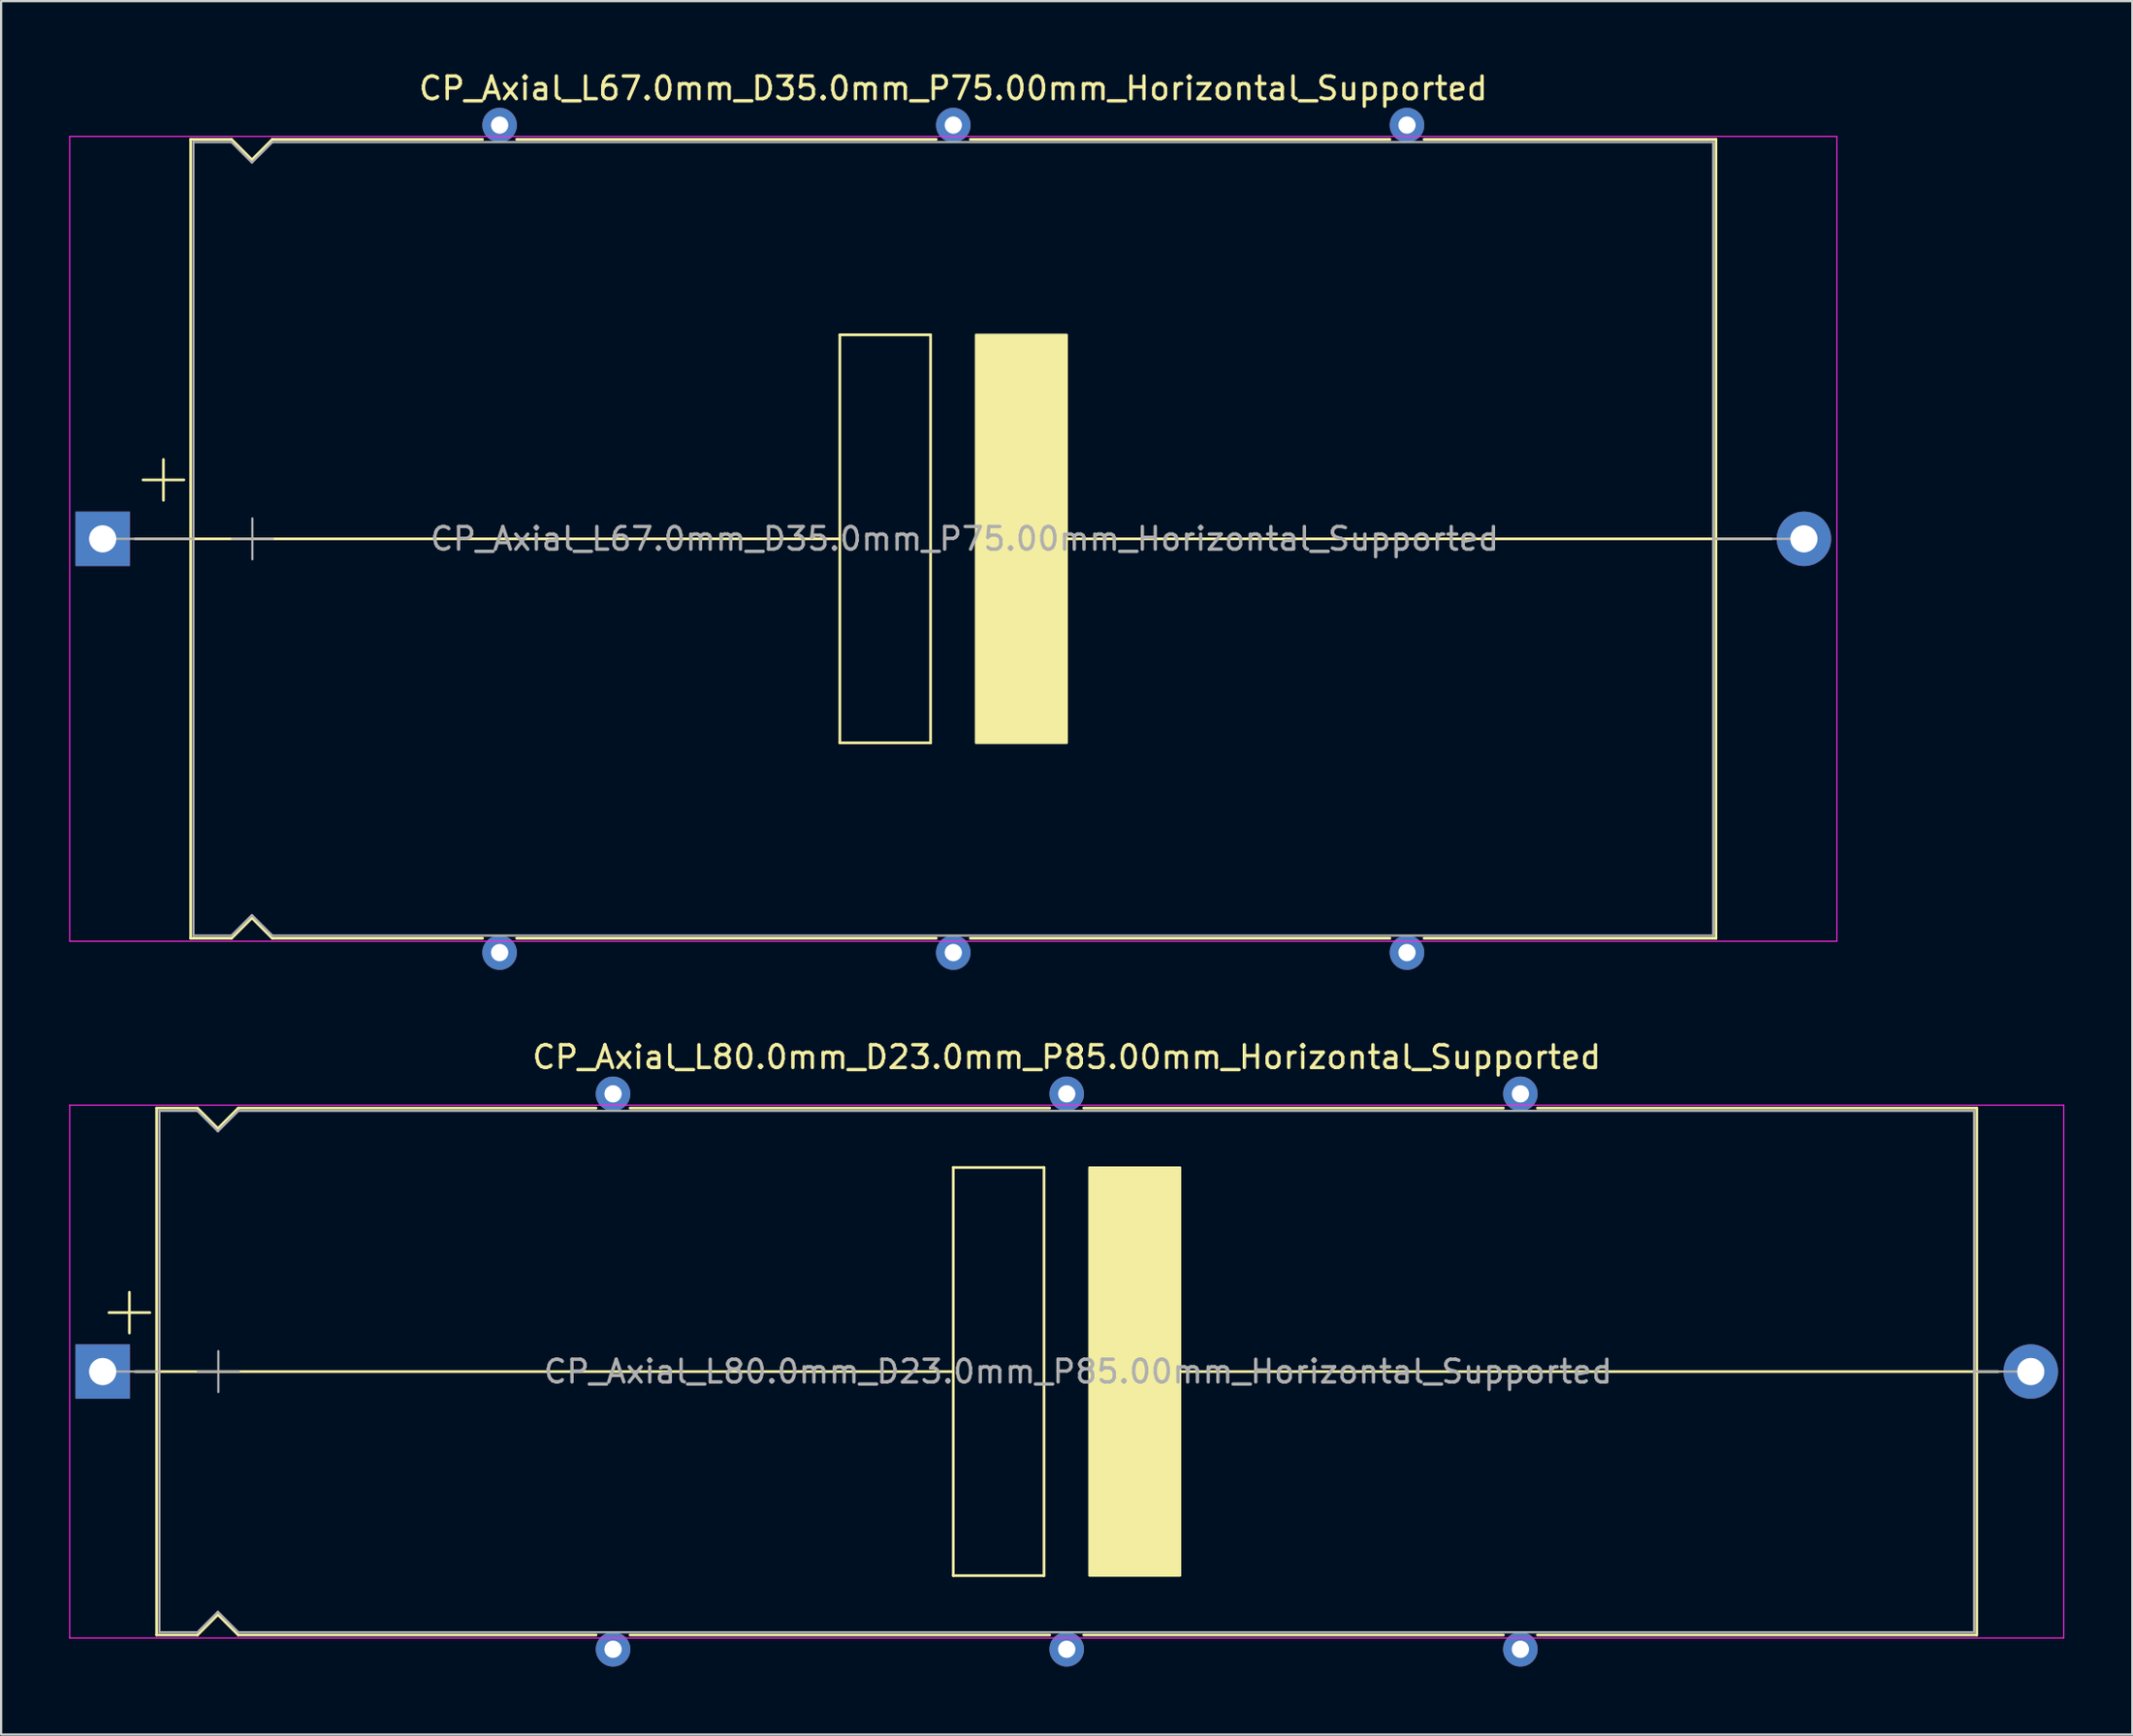
<source format=kicad_pcb>
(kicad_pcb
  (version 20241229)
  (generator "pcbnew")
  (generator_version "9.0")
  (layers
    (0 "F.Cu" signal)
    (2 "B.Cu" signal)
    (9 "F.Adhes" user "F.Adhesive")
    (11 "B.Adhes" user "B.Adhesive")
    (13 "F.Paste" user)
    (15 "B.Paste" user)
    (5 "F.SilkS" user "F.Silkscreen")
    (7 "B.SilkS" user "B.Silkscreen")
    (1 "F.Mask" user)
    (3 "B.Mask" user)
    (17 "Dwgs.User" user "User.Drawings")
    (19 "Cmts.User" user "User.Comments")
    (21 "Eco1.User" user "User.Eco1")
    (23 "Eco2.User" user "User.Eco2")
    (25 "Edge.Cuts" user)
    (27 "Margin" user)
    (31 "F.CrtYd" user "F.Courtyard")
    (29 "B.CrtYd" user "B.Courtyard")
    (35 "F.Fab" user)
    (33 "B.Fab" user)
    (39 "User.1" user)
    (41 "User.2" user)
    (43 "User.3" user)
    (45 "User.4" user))
  (footprint "CP_Axial_L67.0mm_D35.0mm_P75.00mm_Horizontal_Supported"
    (layer "F.Cu")
    (at 1.475 20.718)
    (property "Reference" "CP_Axial_L67.0mm_D35.0mm_P75.00mm_Horizontal_Supported" (at 37.5 -19.87 0) (layer "F.SilkS") (effects (font (size 1 1) (thickness 0.15))))
    (attr through_hole)
    (fp_line (start 1.44 0) (end 3.88 0) (stroke (width 0.12) (type solid)) (layer "F.SilkS"))
    (fp_line (start 1.78 -2.6) (end 3.58 -2.6) (stroke (width 0.12) (type solid)) (layer "F.SilkS"))
    (fp_line (start 2.68 -3.5) (end 2.68 -1.7) (stroke (width 0.12) (type solid)) (layer "F.SilkS"))
    (fp_line (start 3.88 -17.62) (end 3.88 17.62) (stroke (width 0.12) (type solid)) (layer "F.SilkS"))
    (fp_line (start 3.88 -17.62) (end 5.68 -17.62) (stroke (width 0.12) (type solid)) (layer "F.SilkS"))
    (fp_line (start 3.88 0) (end 32.5 0) (stroke (width 0.12) (type solid)) (layer "F.SilkS"))
    (fp_line (start 3.88 17.62) (end 5.68 17.62) (stroke (width 0.12) (type solid)) (layer "F.SilkS"))
    (fp_line (start 5.68 -17.62) (end 6.58 -16.72) (stroke (width 0.12) (type solid)) (layer "F.SilkS"))
    (fp_line (start 5.68 17.62) (end 6.58 16.72) (stroke (width 0.12) (type solid)) (layer "F.SilkS"))
    (fp_line (start 6.58 -16.72) (end 7.48 -17.62) (stroke (width 0.12) (type solid)) (layer "F.SilkS"))
    (fp_line (start 6.58 16.72) (end 7.48 17.62) (stroke (width 0.12) (type solid)) (layer "F.SilkS"))
    (fp_line (start 7.48 -17.62) (end 16.75 -17.62) (stroke (width 0.12) (type solid)) (layer "F.SilkS"))
    (fp_line (start 7.48 17.62) (end 16.75 17.62) (stroke (width 0.12) (type solid)) (layer "F.SilkS"))
    (fp_line (start 18.25 -17.62) (end 36.75 -17.62) (stroke (width 0.12) (type solid)) (layer "F.SilkS"))
    (fp_line (start 18.25 17.62) (end 36.75 17.62) (stroke (width 0.12) (type solid)) (layer "F.SilkS"))
    (fp_line (start 32.5 -9) (end 36.5 -9) (stroke (width 0.12) (type solid)) (layer "F.SilkS"))
    (fp_line (start 32.5 9) (end 32.5 -9) (stroke (width 0.12) (type solid)) (layer "F.SilkS"))
    (fp_line (start 36.5 -9) (end 36.5 9) (stroke (width 0.12) (type solid)) (layer "F.SilkS"))
    (fp_line (start 36.5 9) (end 32.5 9) (stroke (width 0.12) (type solid)) (layer "F.SilkS"))
    (fp_line (start 38.25 -17.62) (end 56.75 -17.62) (stroke (width 0.12) (type solid)) (layer "F.SilkS"))
    (fp_line (start 38.25 17.62) (end 56.75 17.62) (stroke (width 0.12) (type solid)) (layer "F.SilkS"))
    (fp_line (start 42 0) (end 71.12 0) (stroke (width 0.12) (type solid)) (layer "F.SilkS"))
    (fp_line (start 58.25 -17.62) (end 71.12 -17.62) (stroke (width 0.12) (type solid)) (layer "F.SilkS"))
    (fp_line (start 58.25 17.62) (end 71.12 17.62) (stroke (width 0.12) (type solid)) (layer "F.SilkS"))
    (fp_line (start 71.12 -17.62) (end 71.12 17.62) (stroke (width 0.12) (type solid)) (layer "F.SilkS"))
    (fp_line (start 73.56 0) (end 71.12 0) (stroke (width 0.12) (type solid)) (layer "F.SilkS"))
    (fp_poly (pts (xy 42.5 9) (xy 38.5 9) (xy 38.5 -9) (xy 42.5 -9)) (stroke (width 0.1) (type solid)) (fill yes) (layer "F.SilkS"))
    (fp_line (start -1.45 -17.75) (end -1.45 17.75) (stroke (width 0.05) (type solid)) (layer "F.CrtYd"))
    (fp_line (start -1.45 17.75) (end 76.45 17.75) (stroke (width 0.05) (type solid)) (layer "F.CrtYd"))
    (fp_line (start 76.45 -17.75) (end -1.45 -17.75) (stroke (width 0.05) (type solid)) (layer "F.CrtYd"))
    (fp_line (start 76.45 17.75) (end 76.45 -17.75) (stroke (width 0.05) (type solid)) (layer "F.CrtYd"))
    (fp_line (start 0 0) (end 4 0) (stroke (width 0.1) (type solid)) (layer "F.Fab"))
    (fp_line (start 4 -17.5) (end 4 17.5) (stroke (width 0.1) (type solid)) (layer "F.Fab"))
    (fp_line (start 4 -17.5) (end 5.68 -17.5) (stroke (width 0.1) (type solid)) (layer "F.Fab"))
    (fp_line (start 4 17.5) (end 5.68 17.5) (stroke (width 0.1) (type solid)) (layer "F.Fab"))
    (fp_line (start 5.68 -17.5) (end 6.58 -16.6) (stroke (width 0.1) (type solid)) (layer "F.Fab"))
    (fp_line (start 5.68 17.5) (end 6.58 16.6) (stroke (width 0.1) (type solid)) (layer "F.Fab"))
    (fp_line (start 5.7 0) (end 7.5 0) (stroke (width 0.1) (type solid)) (layer "F.Fab"))
    (fp_line (start 6.58 -16.6) (end 7.48 -17.5) (stroke (width 0.1) (type solid)) (layer "F.Fab"))
    (fp_line (start 6.58 16.6) (end 7.48 17.5) (stroke (width 0.1) (type solid)) (layer "F.Fab"))
    (fp_line (start 6.6 -0.9) (end 6.6 0.9) (stroke (width 0.1) (type solid)) (layer "F.Fab"))
    (fp_line (start 7.48 -17.5) (end 71 -17.5) (stroke (width 0.1) (type solid)) (layer "F.Fab"))
    (fp_line (start 7.48 17.5) (end 71 17.5) (stroke (width 0.1) (type solid)) (layer "F.Fab"))
    (fp_line (start 71 -17.5) (end 71 17.5) (stroke (width 0.1) (type solid)) (layer "F.Fab"))
    (fp_line (start 75 0) (end 71 0) (stroke (width 0.1) (type solid)) (layer "F.Fab"))
    (fp_text user "${REFERENCE}" (at 38 0 0) (layer "F.Fab") (effects (font (size 1 1) (thickness 0.15))))
    (pad "" thru_hole circle (at 17.5 -18.25) (size 1.524 1.524) (drill 0.762) (layers "*.Cu" "*.Mask"))
    (pad "" thru_hole circle (at 17.5 18.25) (size 1.524 1.524) (drill 0.762) (layers "*.Cu" "*.Mask"))
    (pad "" thru_hole circle (at 37.5 -18.25) (size 1.524 1.524) (drill 0.762) (layers "*.Cu" "*.Mask"))
    (pad "" thru_hole circle (at 37.5 18.25) (size 1.524 1.524) (drill 0.762) (layers "*.Cu" "*.Mask"))
    (pad "" thru_hole circle (at 57.5 -18.25) (size 1.524 1.524) (drill 0.762) (layers "*.Cu" "*.Mask"))
    (pad "" thru_hole circle (at 57.5 18.25) (size 1.524 1.524) (drill 0.762) (layers "*.Cu" "*.Mask"))
    (pad "1" thru_hole rect (at 0 0) (size 2.4 2.4) (drill 1.2) (layers "*.Cu" "*.Mask"))
    (pad "2" thru_hole oval (at 75 0) (size 2.4 2.4) (drill 1.2) (layers "*.Cu" "*.Mask")))
  (footprint "CP_Axial_L80.0mm_D23.0mm_P85.00mm_Horizontal_Supported"
    (layer "F.Cu")
    (at 1.475 57.449)
    (property "Reference" "CP_Axial_L80.0mm_D23.0mm_P85.00mm_Horizontal_Supported" (at 42.5 -13.87 0) (layer "F.SilkS") (effects (font (size 1 1) (thickness 0.15))))
    (attr through_hole)
    (fp_line (start 0.28 -2.6) (end 2.08 -2.6) (stroke (width 0.12) (type solid)) (layer "F.SilkS"))
    (fp_line (start 1.18 -3.5) (end 1.18 -1.7) (stroke (width 0.12) (type solid)) (layer "F.SilkS"))
    (fp_line (start 1.44 0) (end 2.38 0) (stroke (width 0.12) (type solid)) (layer "F.SilkS"))
    (fp_line (start 2.38 -11.62) (end 2.38 11.62) (stroke (width 0.12) (type solid)) (layer "F.SilkS"))
    (fp_line (start 2.38 -11.62) (end 4.18 -11.62) (stroke (width 0.12) (type solid)) (layer "F.SilkS"))
    (fp_line (start 2.38 0) (end 37.5 0) (stroke (width 0.12) (type solid)) (layer "F.SilkS"))
    (fp_line (start 2.38 11.62) (end 4.18 11.62) (stroke (width 0.12) (type solid)) (layer "F.SilkS"))
    (fp_line (start 4.18 -11.62) (end 5.08 -10.72) (stroke (width 0.12) (type solid)) (layer "F.SilkS"))
    (fp_line (start 4.18 11.62) (end 5.08 10.72) (stroke (width 0.12) (type solid)) (layer "F.SilkS"))
    (fp_line (start 5.08 -10.72) (end 5.98 -11.62) (stroke (width 0.12) (type solid)) (layer "F.SilkS"))
    (fp_line (start 5.08 10.72) (end 5.98 11.62) (stroke (width 0.12) (type solid)) (layer "F.SilkS"))
    (fp_line (start 5.98 -11.62) (end 21.75 -11.62) (stroke (width 0.12) (type solid)) (layer "F.SilkS"))
    (fp_line (start 5.98 11.62) (end 21.75 11.62) (stroke (width 0.12) (type solid)) (layer "F.SilkS"))
    (fp_line (start 23.25 -11.62) (end 41.75 -11.62) (stroke (width 0.12) (type solid)) (layer "F.SilkS"))
    (fp_line (start 23.25 11.62) (end 41.75 11.62) (stroke (width 0.12) (type solid)) (layer "F.SilkS"))
    (fp_line (start 37.5 -9) (end 41.5 -9) (stroke (width 0.12) (type solid)) (layer "F.SilkS"))
    (fp_line (start 37.5 9) (end 37.5 -9) (stroke (width 0.12) (type solid)) (layer "F.SilkS"))
    (fp_line (start 41.5 -9) (end 41.5 9) (stroke (width 0.12) (type solid)) (layer "F.SilkS"))
    (fp_line (start 41.5 9) (end 37.5 9) (stroke (width 0.12) (type solid)) (layer "F.SilkS"))
    (fp_line (start 43.25 -11.62) (end 61.75 -11.62) (stroke (width 0.12) (type solid)) (layer "F.SilkS"))
    (fp_line (start 43.25 11.62) (end 61.75 11.62) (stroke (width 0.12) (type solid)) (layer "F.SilkS"))
    (fp_line (start 47 0) (end 82.62 0) (stroke (width 0.12) (type solid)) (layer "F.SilkS"))
    (fp_line (start 63.25 -11.62) (end 82.62 -11.62) (stroke (width 0.12) (type solid)) (layer "F.SilkS"))
    (fp_line (start 63.25 11.62) (end 82.62 11.62) (stroke (width 0.12) (type solid)) (layer "F.SilkS"))
    (fp_line (start 82.62 -11.62) (end 82.62 11.62) (stroke (width 0.12) (type solid)) (layer "F.SilkS"))
    (fp_line (start 83.56 0) (end 82.62 0) (stroke (width 0.12) (type solid)) (layer "F.SilkS"))
    (fp_poly (pts (xy 47.5 9) (xy 43.5 9) (xy 43.5 -9) (xy 47.5 -9)) (stroke (width 0.1) (type solid)) (fill yes) (layer "F.SilkS"))
    (fp_line (start -1.45 -11.75) (end -1.45 11.75) (stroke (width 0.05) (type solid)) (layer "F.CrtYd"))
    (fp_line (start -1.45 11.75) (end 86.45 11.75) (stroke (width 0.05) (type solid)) (layer "F.CrtYd"))
    (fp_line (start 86.45 -11.75) (end -1.45 -11.75) (stroke (width 0.05) (type solid)) (layer "F.CrtYd"))
    (fp_line (start 86.45 11.75) (end 86.45 -11.75) (stroke (width 0.05) (type solid)) (layer "F.CrtYd"))
    (fp_line (start 0 0) (end 2.5 0) (stroke (width 0.1) (type solid)) (layer "F.Fab"))
    (fp_line (start 2.5 -11.5) (end 2.5 11.5) (stroke (width 0.1) (type solid)) (layer "F.Fab"))
    (fp_line (start 2.5 -11.5) (end 4.18 -11.5) (stroke (width 0.1) (type solid)) (layer "F.Fab"))
    (fp_line (start 2.5 11.5) (end 4.18 11.5) (stroke (width 0.1) (type solid)) (layer "F.Fab"))
    (fp_line (start 4.18 -11.5) (end 5.08 -10.6) (stroke (width 0.1) (type solid)) (layer "F.Fab"))
    (fp_line (start 4.18 11.5) (end 5.08 10.6) (stroke (width 0.1) (type solid)) (layer "F.Fab"))
    (fp_line (start 4.2 0) (end 6 0) (stroke (width 0.1) (type solid)) (layer "F.Fab"))
    (fp_line (start 5.08 -10.6) (end 5.98 -11.5) (stroke (width 0.1) (type solid)) (layer "F.Fab"))
    (fp_line (start 5.08 10.6) (end 5.98 11.5) (stroke (width 0.1) (type solid)) (layer "F.Fab"))
    (fp_line (start 5.1 -0.9) (end 5.1 0.9) (stroke (width 0.1) (type solid)) (layer "F.Fab"))
    (fp_line (start 5.98 -11.5) (end 82.5 -11.5) (stroke (width 0.1) (type solid)) (layer "F.Fab"))
    (fp_line (start 5.98 11.5) (end 82.5 11.5) (stroke (width 0.1) (type solid)) (layer "F.Fab"))
    (fp_line (start 82.5 -11.5) (end 82.5 11.5) (stroke (width 0.1) (type solid)) (layer "F.Fab"))
    (fp_line (start 85 0) (end 82.5 0) (stroke (width 0.1) (type solid)) (layer "F.Fab"))
    (fp_text user "${REFERENCE}" (at 43 0 0) (layer "F.Fab") (effects (font (size 1 1) (thickness 0.15))))
    (pad "" thru_hole circle (at 22.5 -12.25) (size 1.524 1.524) (drill 0.762) (layers "*.Cu" "*.Mask"))
    (pad "" thru_hole circle (at 22.5 12.25) (size 1.524 1.524) (drill 0.762) (layers "*.Cu" "*.Mask"))
    (pad "" thru_hole circle (at 42.5 -12.25) (size 1.524 1.524) (drill 0.762) (layers "*.Cu" "*.Mask"))
    (pad "" thru_hole circle (at 42.5 12.25) (size 1.524 1.524) (drill 0.762) (layers "*.Cu" "*.Mask"))
    (pad "" thru_hole circle (at 62.5 -12.25) (size 1.524 1.524) (drill 0.762) (layers "*.Cu" "*.Mask"))
    (pad "" thru_hole circle (at 62.5 12.25) (size 1.524 1.524) (drill 0.762) (layers "*.Cu" "*.Mask"))
    (pad "1" thru_hole rect (at 0 0) (size 2.4 2.4) (drill 1.2) (layers "*.Cu" "*.Mask"))
    (pad "2" thru_hole oval (at 85 0) (size 2.4 2.4) (drill 1.2) (layers "*.Cu" "*.Mask")))
  (gr_rect
    (start -3 -3)
    (end 90.95 73.46)
    (stroke (width 0.1) (type default))
    (fill no)
    (layer "Edge.Cuts")))
</source>
